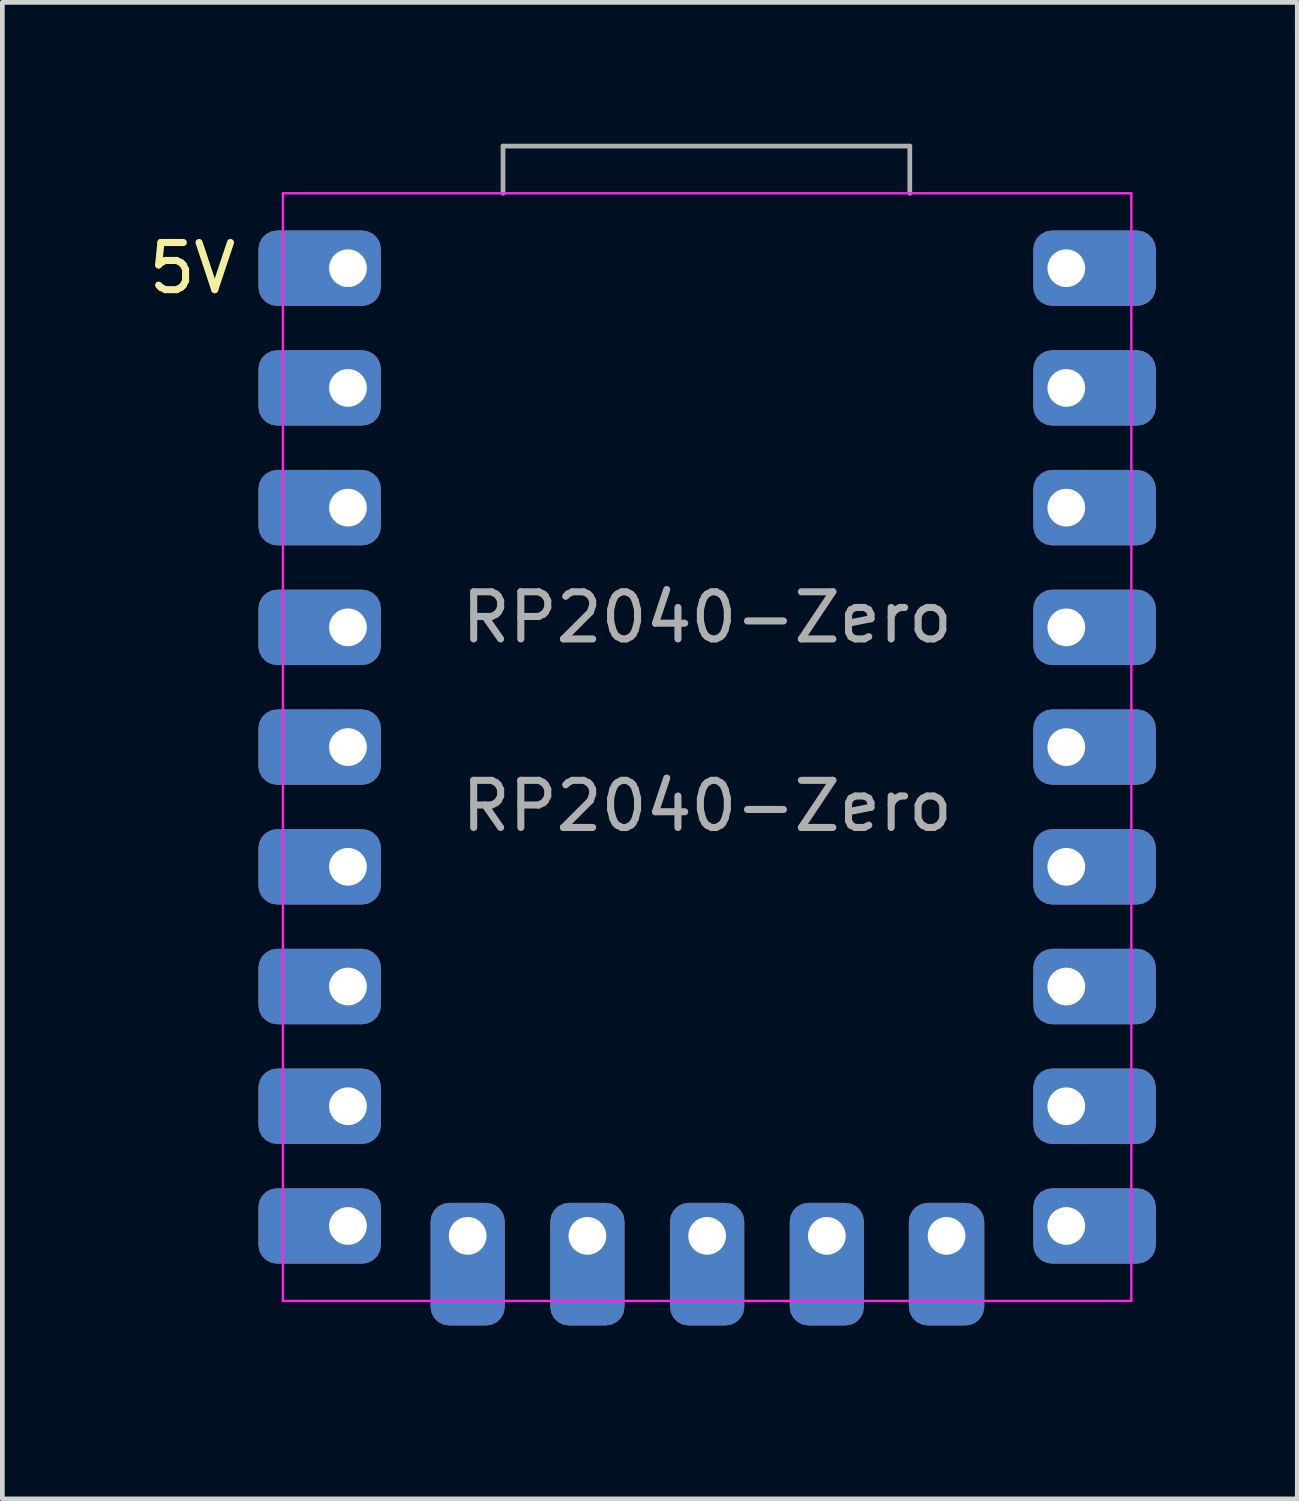
<source format=kicad_pcb>
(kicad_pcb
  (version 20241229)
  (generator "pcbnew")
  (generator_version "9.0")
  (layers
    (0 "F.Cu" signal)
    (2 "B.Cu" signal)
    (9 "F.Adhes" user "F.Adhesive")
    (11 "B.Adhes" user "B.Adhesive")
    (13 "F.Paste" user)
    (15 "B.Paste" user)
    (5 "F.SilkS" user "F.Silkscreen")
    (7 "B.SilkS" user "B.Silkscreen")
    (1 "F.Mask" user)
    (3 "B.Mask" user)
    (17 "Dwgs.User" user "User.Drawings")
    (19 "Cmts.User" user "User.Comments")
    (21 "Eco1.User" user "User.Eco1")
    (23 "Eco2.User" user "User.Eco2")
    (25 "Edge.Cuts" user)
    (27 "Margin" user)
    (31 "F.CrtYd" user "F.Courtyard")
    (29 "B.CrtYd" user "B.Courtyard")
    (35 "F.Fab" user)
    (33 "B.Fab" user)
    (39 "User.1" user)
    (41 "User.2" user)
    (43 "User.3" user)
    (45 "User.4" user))
  (footprint "RP2040-Zero"
    (layer "F.Cu")
    (at 1.792 25.5)
    (property "Reference" "RP2040-Zero" (at 10.16 -15.45 0) (unlocked yes) (layer "F.Fab") (effects (font (size 1 1) (thickness 0.15))))
    (attr through_hole)
    (fp_line (start 1.16 -24.45) (end 19.16 -24.45) (stroke (width 0.05) (type solid)) (layer "F.CrtYd"))
    (fp_line (start 1.16 -0.95) (end 1.16 -24.45) (stroke (width 0.05) (type solid)) (layer "F.CrtYd"))
    (fp_line (start 19.16 -24.45) (end 19.16 -0.95) (stroke (width 0.05) (type solid)) (layer "F.CrtYd"))
    (fp_line (start 19.16 -0.95) (end 1.16 -0.95) (stroke (width 0.05) (type solid)) (layer "F.CrtYd"))
    (fp_line (start 5.83 -25.45) (end 5.83 -24.45) (stroke (width 0.1) (type solid)) (layer "F.Fab"))
    (fp_line (start 5.83 -25.45) (end 14.46 -25.45) (stroke (width 0.1) (type solid)) (layer "F.Fab"))
    (fp_line (start 14.46 -25.45) (end 14.46 -24.45) (stroke (width 0.1) (type solid)) (layer "F.Fab"))
    (fp_text user "5V" (at -0.762 -22.86 0) (unlocked yes) (layer "F.SilkS") (effects (font (size 1 1) (thickness 0.15))))
    (fp_text user "${REFERENCE}" (at 10.16 -11.45 0) (unlocked yes) (layer "F.Fab") (effects (font (size 1 1) (thickness 0.15))))
    (pad "" smd oval (at 2.574 -12.7 270) (size 22.352 1.456) (layers "B.Adhes"))
    (pad "" smd oval (at 10.16 -2.477) (size 12.192 1.397) (layers "B.Adhes"))
    (pad "" smd oval (at 17.746 -12.68 270) (size 22.393 1.456) (layers "B.Adhes"))
    (pad "1" thru_hole roundrect (at 17.78 -22.86) (size 2.6 1.6) (drill 0.8 (offset 0.6 0)) (layers "*.Cu" "F.Mask") (remove_unused_layers yes) (keep_end_layers yes) (zone_layer_connections) (roundrect_rratio 0.25))
    (pad "2" thru_hole roundrect (at 17.78 -20.32) (size 2.6 1.6) (drill 0.8 (offset 0.6 0)) (layers "*.Cu" "F.Mask") (remove_unused_layers yes) (keep_end_layers yes) (zone_layer_connections) (roundrect_rratio 0.25))
    (pad "3" thru_hole roundrect (at 17.78 -17.78) (size 2.6 1.6) (drill 0.8 (offset 0.6 0)) (layers "*.Cu" "F.Mask") (remove_unused_layers yes) (keep_end_layers yes) (zone_layer_connections) (roundrect_rratio 0.25))
    (pad "4" thru_hole roundrect (at 17.78 -15.24) (size 2.6 1.6) (drill 0.8 (offset 0.6 0)) (layers "*.Cu" "F.Mask") (remove_unused_layers yes) (keep_end_layers yes) (zone_layer_connections) (roundrect_rratio 0.25))
    (pad "5" thru_hole roundrect (at 17.78 -12.7) (size 2.6 1.6) (drill 0.8 (offset 0.6 0)) (layers "*.Cu" "F.Mask") (remove_unused_layers yes) (keep_end_layers yes) (zone_layer_connections) (roundrect_rratio 0.25))
    (pad "6" thru_hole roundrect (at 17.78 -10.16) (size 2.6 1.6) (drill 0.8 (offset 0.6 0)) (layers "*.Cu" "F.Mask") (remove_unused_layers yes) (keep_end_layers yes) (zone_layer_connections) (roundrect_rratio 0.25))
    (pad "7" thru_hole roundrect (at 17.78 -7.62) (size 2.6 1.6) (drill 0.8 (offset 0.6 0)) (layers "*.Cu" "F.Mask") (remove_unused_layers yes) (keep_end_layers yes) (zone_layer_connections) (roundrect_rratio 0.25))
    (pad "8" thru_hole roundrect (at 17.78 -5.08) (size 2.6 1.6) (drill 0.8 (offset 0.6 0)) (layers "*.Cu" "F.Mask") (remove_unused_layers yes) (keep_end_layers yes) (zone_layer_connections) (roundrect_rratio 0.25))
    (pad "9" thru_hole roundrect (at 17.78 -2.54) (size 2.6 1.6) (drill 0.8 (offset 0.6 0)) (layers "*.Cu" "F.Mask") (remove_unused_layers yes) (keep_end_layers yes) (zone_layer_connections) (roundrect_rratio 0.25))
    (pad "10" thru_hole roundrect (at 15.24 -2.33) (size 1.6 2.6) (drill 0.8 (offset 0 0.6)) (layers "*.Cu" "F.Mask") (remove_unused_layers yes) (keep_end_layers yes) (zone_layer_connections) (roundrect_rratio 0.25))
    (pad "11" thru_hole roundrect (at 12.7 -2.33) (size 1.575 2.6) (drill 0.8 (offset 0 0.6)) (layers "*.Cu" "F.Mask") (remove_unused_layers yes) (keep_end_layers yes) (zone_layer_connections) (roundrect_rratio 0.25))
    (pad "12" thru_hole roundrect (at 10.16 -2.33) (size 1.575 2.6) (drill 0.8 (offset 0 0.6)) (layers "*.Cu" "F.Mask") (remove_unused_layers yes) (keep_end_layers yes) (zone_layer_connections) (roundrect_rratio 0.25))
    (pad "13" thru_hole roundrect (at 7.62 -2.33) (size 1.575 2.6) (drill 0.8 (offset 0 0.6)) (layers "*.Cu" "F.Mask") (remove_unused_layers yes) (keep_end_layers yes) (zone_layer_connections) (roundrect_rratio 0.25))
    (pad "14" thru_hole roundrect (at 5.08 -2.33) (size 1.575 2.6) (drill 0.8 (offset 0 0.6)) (layers "*.Cu" "F.Mask") (remove_unused_layers yes) (keep_end_layers yes) (zone_layer_connections) (roundrect_rratio 0.25))
    (pad "15" thru_hole roundrect (at 2.54 -2.54) (size 2.6 1.6) (drill 0.8 (offset -0.6 0)) (layers "*.Cu" "F.Mask") (remove_unused_layers yes) (keep_end_layers yes) (zone_layer_connections) (roundrect_rratio 0.25))
    (pad "16" thru_hole roundrect (at 2.54 -5.08) (size 2.6 1.6) (drill 0.8 (offset -0.6 0)) (layers "*.Cu" "F.Mask") (remove_unused_layers yes) (keep_end_layers yes) (zone_layer_connections) (roundrect_rratio 0.25))
    (pad "17" thru_hole roundrect (at 2.54 -7.62) (size 2.6 1.6) (drill 0.8 (offset -0.6 0)) (layers "*.Cu" "F.Mask") (remove_unused_layers yes) (keep_end_layers yes) (zone_layer_connections) (roundrect_rratio 0.25))
    (pad "18" thru_hole roundrect (at 2.54 -10.16) (size 2.6 1.6) (drill 0.8 (offset -0.6 0)) (layers "*.Cu" "F.Mask") (remove_unused_layers yes) (keep_end_layers yes) (zone_layer_connections) (roundrect_rratio 0.25))
    (pad "19" thru_hole roundrect (at 2.54 -12.7) (size 2.6 1.6) (drill 0.8 (offset -0.6 0)) (layers "*.Cu" "F.Mask") (remove_unused_layers yes) (keep_end_layers yes) (zone_layer_connections) (roundrect_rratio 0.25))
    (pad "20" thru_hole roundrect (at 2.54 -15.24) (size 2.6 1.6) (drill 0.8 (offset -0.6 0)) (layers "*.Cu" "F.Mask") (remove_unused_layers yes) (keep_end_layers yes) (zone_layer_connections) (roundrect_rratio 0.25))
    (pad "21" thru_hole roundrect (at 2.54 -17.78) (size 2.6 1.6) (drill 0.8 (offset -0.6 0)) (layers "*.Cu" "F.Mask") (remove_unused_layers yes) (keep_end_layers yes) (zone_layer_connections) (roundrect_rratio 0.25))
    (pad "22" thru_hole roundrect (at 2.54 -20.32) (size 2.6 1.6) (drill 0.8 (offset -0.6 0)) (layers "*.Cu" "F.Mask") (remove_unused_layers yes) (keep_end_layers yes) (zone_layer_connections) (roundrect_rratio 0.25))
    (pad "23" thru_hole roundrect (at 2.54 -22.86) (size 2.6 1.6) (drill 0.8 (offset -0.6 0)) (layers "*.Cu" "F.Mask") (remove_unused_layers yes) (keep_end_layers yes) (zone_layer_connections) (roundrect_rratio 0.25)))
  (gr_rect
    (start -3 -3)
    (end 24.472 28.75)
    (stroke (width 0.1) (type default))
    (fill no)
    (layer "Edge.Cuts")))
</source>
